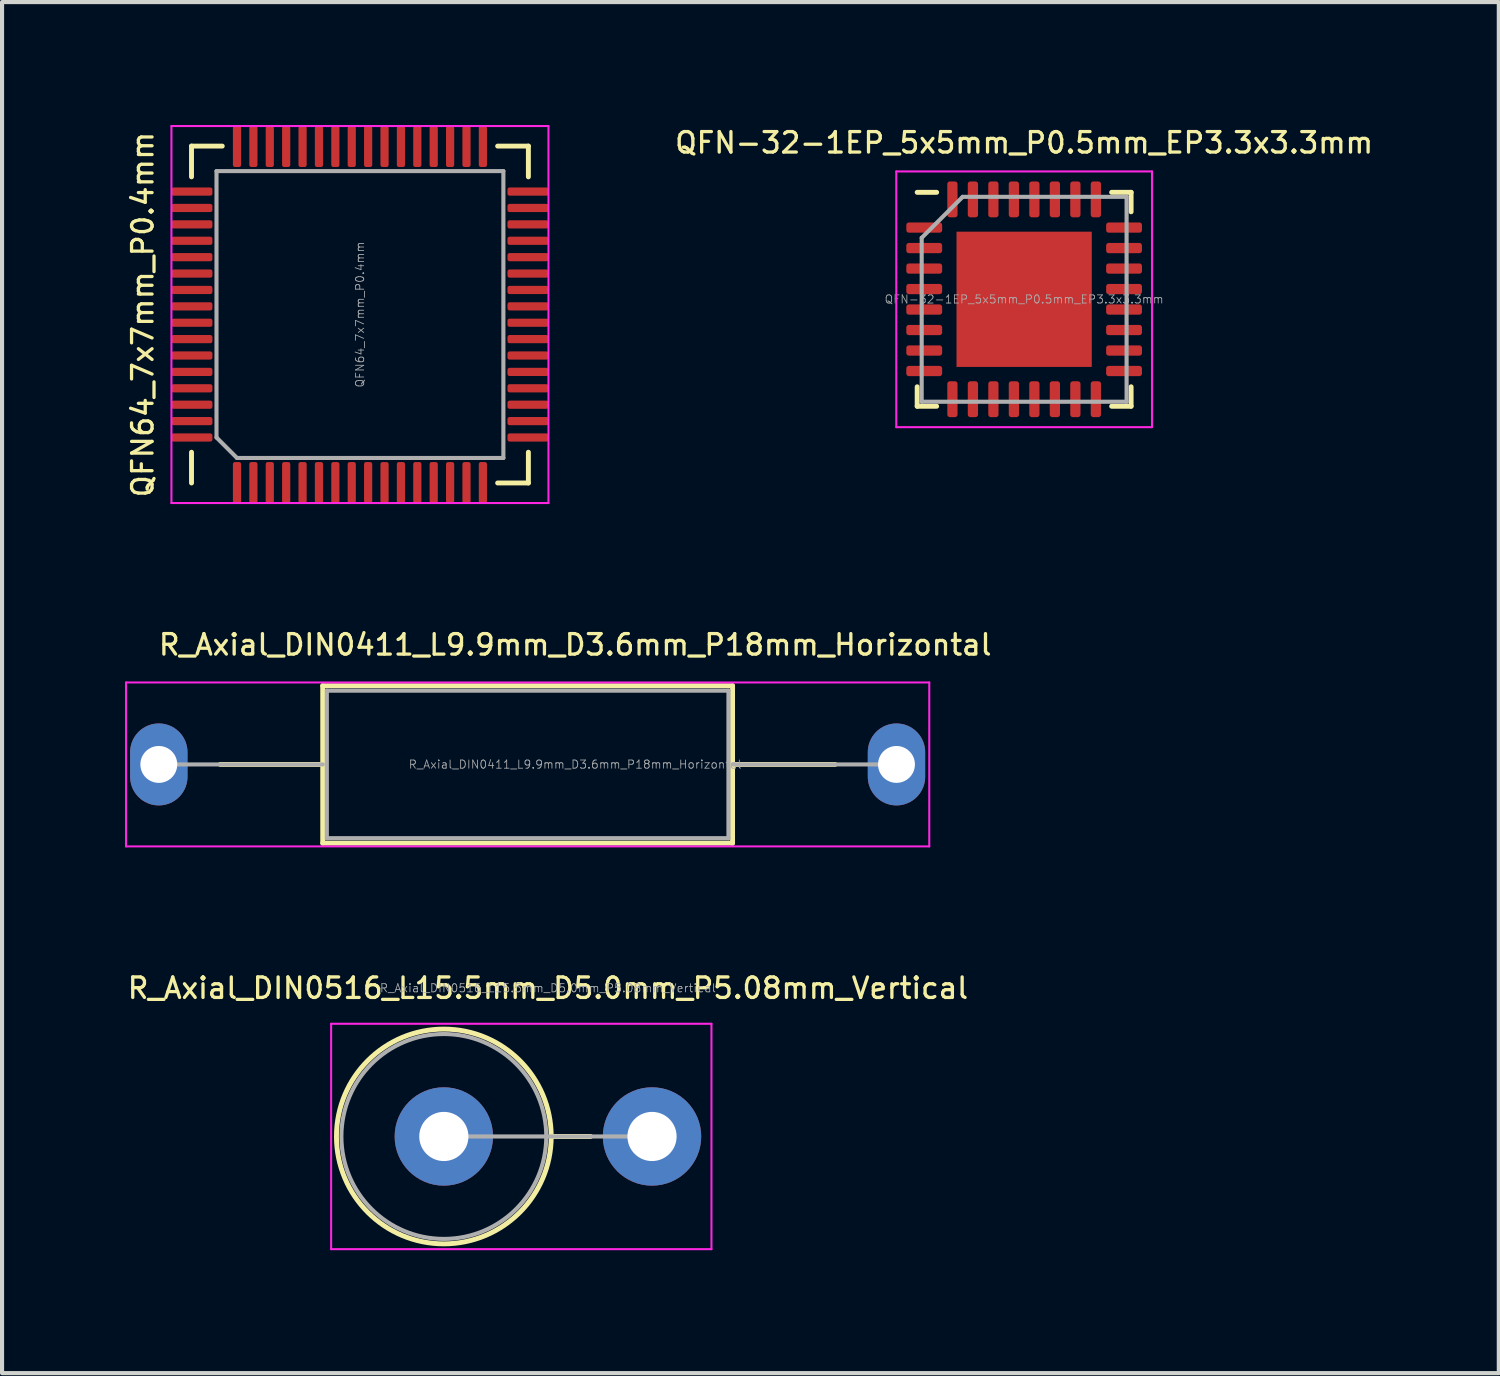
<source format=kicad_pcb>
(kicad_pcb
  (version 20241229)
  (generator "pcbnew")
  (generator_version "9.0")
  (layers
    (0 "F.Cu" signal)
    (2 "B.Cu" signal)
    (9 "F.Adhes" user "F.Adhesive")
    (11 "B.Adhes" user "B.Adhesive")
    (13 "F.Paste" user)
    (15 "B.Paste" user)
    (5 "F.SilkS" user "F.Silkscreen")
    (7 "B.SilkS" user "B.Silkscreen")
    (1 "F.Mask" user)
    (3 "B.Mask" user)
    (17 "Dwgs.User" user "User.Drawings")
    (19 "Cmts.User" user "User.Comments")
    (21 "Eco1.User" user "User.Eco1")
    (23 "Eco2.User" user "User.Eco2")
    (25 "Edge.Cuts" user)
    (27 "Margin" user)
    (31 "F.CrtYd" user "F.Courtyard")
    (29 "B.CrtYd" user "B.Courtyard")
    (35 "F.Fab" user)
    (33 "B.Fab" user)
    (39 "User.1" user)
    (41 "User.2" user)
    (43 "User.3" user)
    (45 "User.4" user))
  (footprint "QFN-32-1EP_5x5mm_P0.5mm_EP3.3x3.3mm"
    (layer "F.Cu")
    (at 21.94 4.253)
    (property "Reference" "QFN-32-1EP_5x5mm_P0.5mm_EP3.3x3.3mm" (at 0 -3.82 0) (layer "F.SilkS") (effects (font (size 0.5 0.5) (thickness 0.08))))
    (attr smd)
    (fp_line (start -2.61 2.61) (end -2.61 2.135) (stroke (width 0.12) (type solid)) (layer "F.SilkS"))
    (fp_line (start -2.135 -2.61) (end -2.61 -2.61) (stroke (width 0.12) (type solid)) (layer "F.SilkS"))
    (fp_line (start -2.135 2.61) (end -2.61 2.61) (stroke (width 0.12) (type solid)) (layer "F.SilkS"))
    (fp_line (start 2.135 -2.61) (end 2.61 -2.61) (stroke (width 0.12) (type solid)) (layer "F.SilkS"))
    (fp_line (start 2.135 2.61) (end 2.61 2.61) (stroke (width 0.12) (type solid)) (layer "F.SilkS"))
    (fp_line (start 2.61 -2.61) (end 2.61 -2.135) (stroke (width 0.12) (type solid)) (layer "F.SilkS"))
    (fp_line (start 2.61 2.61) (end 2.61 2.135) (stroke (width 0.12) (type solid)) (layer "F.SilkS"))
    (fp_line (start -3.12 -3.12) (end -3.12 3.12) (stroke (width 0.05) (type solid)) (layer "F.CrtYd"))
    (fp_line (start -3.12 3.12) (end 3.12 3.12) (stroke (width 0.05) (type solid)) (layer "F.CrtYd"))
    (fp_line (start 3.12 -3.12) (end -3.12 -3.12) (stroke (width 0.05) (type solid)) (layer "F.CrtYd"))
    (fp_line (start 3.12 3.12) (end 3.12 -3.12) (stroke (width 0.05) (type solid)) (layer "F.CrtYd"))
    (fp_line (start -2.5 -1.5) (end -1.5 -2.5) (stroke (width 0.1) (type solid)) (layer "F.Fab"))
    (fp_line (start -2.5 2.5) (end -2.5 -1.5) (stroke (width 0.1) (type solid)) (layer "F.Fab"))
    (fp_line (start -1.5 -2.5) (end 2.5 -2.5) (stroke (width 0.1) (type solid)) (layer "F.Fab"))
    (fp_line (start 2.5 -2.5) (end 2.5 2.5) (stroke (width 0.1) (type solid)) (layer "F.Fab"))
    (fp_line (start 2.5 2.5) (end -2.5 2.5) (stroke (width 0.1) (type solid)) (layer "F.Fab"))
    (fp_text user "${REFERENCE}" (at 0 0 0) (layer "F.Fab") (effects (font (size 0.2 0.2) (thickness 0.02))))
    (pad "" smd roundrect (at -1.1 -1.1) (size 0.89 0.89) (layers "F.Paste") (roundrect_rratio 0.25))
    (pad "" smd roundrect (at -1.1 0) (size 0.89 0.89) (layers "F.Paste") (roundrect_rratio 0.25))
    (pad "" smd roundrect (at -1.1 1.1) (size 0.89 0.89) (layers "F.Paste") (roundrect_rratio 0.25))
    (pad "" smd roundrect (at 0 -1.1) (size 0.89 0.89) (layers "F.Paste") (roundrect_rratio 0.25))
    (pad "" smd roundrect (at 0 0) (size 0.89 0.89) (layers "F.Paste") (roundrect_rratio 0.25))
    (pad "" smd roundrect (at 0 1.1) (size 0.89 0.89) (layers "F.Paste") (roundrect_rratio 0.25))
    (pad "" smd roundrect (at 1.1 -1.1) (size 0.89 0.89) (layers "F.Paste") (roundrect_rratio 0.25))
    (pad "" smd roundrect (at 1.1 0) (size 0.89 0.89) (layers "F.Paste") (roundrect_rratio 0.25))
    (pad "" smd roundrect (at 1.1 1.1) (size 0.89 0.89) (layers "F.Paste") (roundrect_rratio 0.25))
    (pad "1" smd roundrect (at -2.438 -1.75) (size 0.875 0.25) (layers "F.Cu" "F.Mask" "F.Paste") (roundrect_rratio 0.25))
    (pad "2" smd roundrect (at -2.438 -1.25) (size 0.875 0.25) (layers "F.Cu" "F.Mask" "F.Paste") (roundrect_rratio 0.25))
    (pad "3" smd roundrect (at -2.438 -0.75) (size 0.875 0.25) (layers "F.Cu" "F.Mask" "F.Paste") (roundrect_rratio 0.25))
    (pad "4" smd roundrect (at -2.438 -0.25) (size 0.875 0.25) (layers "F.Cu" "F.Mask" "F.Paste") (roundrect_rratio 0.25))
    (pad "5" smd roundrect (at -2.438 0.25) (size 0.875 0.25) (layers "F.Cu" "F.Mask" "F.Paste") (roundrect_rratio 0.25))
    (pad "6" smd roundrect (at -2.438 0.75) (size 0.875 0.25) (layers "F.Cu" "F.Mask" "F.Paste") (roundrect_rratio 0.25))
    (pad "7" smd roundrect (at -2.438 1.25) (size 0.875 0.25) (layers "F.Cu" "F.Mask" "F.Paste") (roundrect_rratio 0.25))
    (pad "8" smd roundrect (at -2.438 1.75) (size 0.875 0.25) (layers "F.Cu" "F.Mask" "F.Paste") (roundrect_rratio 0.25))
    (pad "9" smd roundrect (at -1.75 2.438) (size 0.25 0.875) (layers "F.Cu" "F.Mask" "F.Paste") (roundrect_rratio 0.25))
    (pad "10" smd roundrect (at -1.25 2.438) (size 0.25 0.875) (layers "F.Cu" "F.Mask" "F.Paste") (roundrect_rratio 0.25))
    (pad "11" smd roundrect (at -0.75 2.438) (size 0.25 0.875) (layers "F.Cu" "F.Mask" "F.Paste") (roundrect_rratio 0.25))
    (pad "12" smd roundrect (at -0.25 2.438) (size 0.25 0.875) (layers "F.Cu" "F.Mask" "F.Paste") (roundrect_rratio 0.25))
    (pad "13" smd roundrect (at 0.25 2.438) (size 0.25 0.875) (layers "F.Cu" "F.Mask" "F.Paste") (roundrect_rratio 0.25))
    (pad "14" smd roundrect (at 0.75 2.438) (size 0.25 0.875) (layers "F.Cu" "F.Mask" "F.Paste") (roundrect_rratio 0.25))
    (pad "15" smd roundrect (at 1.25 2.438) (size 0.25 0.875) (layers "F.Cu" "F.Mask" "F.Paste") (roundrect_rratio 0.25))
    (pad "16" smd roundrect (at 1.75 2.438) (size 0.25 0.875) (layers "F.Cu" "F.Mask" "F.Paste") (roundrect_rratio 0.25))
    (pad "17" smd roundrect (at 2.438 1.75) (size 0.875 0.25) (layers "F.Cu" "F.Mask" "F.Paste") (roundrect_rratio 0.25))
    (pad "18" smd roundrect (at 2.438 1.25) (size 0.875 0.25) (layers "F.Cu" "F.Mask" "F.Paste") (roundrect_rratio 0.25))
    (pad "19" smd roundrect (at 2.438 0.75) (size 0.875 0.25) (layers "F.Cu" "F.Mask" "F.Paste") (roundrect_rratio 0.25))
    (pad "20" smd roundrect (at 2.438 0.25) (size 0.875 0.25) (layers "F.Cu" "F.Mask" "F.Paste") (roundrect_rratio 0.25))
    (pad "21" smd roundrect (at 2.438 -0.25) (size 0.875 0.25) (layers "F.Cu" "F.Mask" "F.Paste") (roundrect_rratio 0.25))
    (pad "22" smd roundrect (at 2.438 -0.75) (size 0.875 0.25) (layers "F.Cu" "F.Mask" "F.Paste") (roundrect_rratio 0.25))
    (pad "23" smd roundrect (at 2.438 -1.25) (size 0.875 0.25) (layers "F.Cu" "F.Mask" "F.Paste") (roundrect_rratio 0.25))
    (pad "24" smd roundrect (at 2.438 -1.75) (size 0.875 0.25) (layers "F.Cu" "F.Mask" "F.Paste") (roundrect_rratio 0.25))
    (pad "25" smd roundrect (at 1.75 -2.438) (size 0.25 0.875) (layers "F.Cu" "F.Mask" "F.Paste") (roundrect_rratio 0.25))
    (pad "26" smd roundrect (at 1.25 -2.438) (size 0.25 0.875) (layers "F.Cu" "F.Mask" "F.Paste") (roundrect_rratio 0.25))
    (pad "27" smd roundrect (at 0.75 -2.438) (size 0.25 0.875) (layers "F.Cu" "F.Mask" "F.Paste") (roundrect_rratio 0.25))
    (pad "28" smd roundrect (at 0.25 -2.438) (size 0.25 0.875) (layers "F.Cu" "F.Mask" "F.Paste") (roundrect_rratio 0.25))
    (pad "29" smd roundrect (at -0.25 -2.438) (size 0.25 0.875) (layers "F.Cu" "F.Mask" "F.Paste") (roundrect_rratio 0.25))
    (pad "30" smd roundrect (at -0.75 -2.438) (size 0.25 0.875) (layers "F.Cu" "F.Mask" "F.Paste") (roundrect_rratio 0.25))
    (pad "31" smd roundrect (at -1.25 -2.438) (size 0.25 0.875) (layers "F.Cu" "F.Mask" "F.Paste") (roundrect_rratio 0.25))
    (pad "32" smd roundrect (at -1.75 -2.438) (size 0.25 0.875) (layers "F.Cu" "F.Mask" "F.Paste") (roundrect_rratio 0.25))
    (pad "33" smd rect (at 0 0) (size 3.3 3.3) (layers "F.Cu" "F.Mask")))
  (footprint "R_Axial_DIN0516_L15.5mm_D5.0mm_P5.08mm_Vertical"
    (layer "F.Cu")
    (at 7.78 24.681)
    (property "Reference" "R_Axial_DIN0516_L15.5mm_D5.0mm_P5.08mm_Vertical" (at 2.54 -3.62 0) (layer "F.SilkS") (effects (font (size 0.5 0.5) (thickness 0.08))))
    (attr through_hole)
    (fp_line (start 2.62 0) (end 3.58 0) (stroke (width 0.12) (type solid)) (layer "F.SilkS"))
    (fp_circle (center 0 0) (end 2.62 0) (stroke (width 0.12) (type solid)) (fill no) (layer "F.SilkS"))
    (fp_line (start -2.75 -2.75) (end -2.75 2.75) (stroke (width 0.05) (type solid)) (layer "F.CrtYd"))
    (fp_line (start -2.75 2.75) (end 6.53 2.75) (stroke (width 0.05) (type solid)) (layer "F.CrtYd"))
    (fp_line (start 6.53 -2.75) (end -2.75 -2.75) (stroke (width 0.05) (type solid)) (layer "F.CrtYd"))
    (fp_line (start 6.53 2.75) (end 6.53 -2.75) (stroke (width 0.05) (type solid)) (layer "F.CrtYd"))
    (fp_line (start 0 0) (end 5.08 0) (stroke (width 0.1) (type solid)) (layer "F.Fab"))
    (fp_circle (center 0 0) (end 2.5 0) (stroke (width 0.1) (type solid)) (fill no) (layer "F.Fab"))
    (fp_text user "${REFERENCE}" (at 2.54 -3.62 0) (layer "F.Fab") (effects (font (size 0.2 0.2) (thickness 0.02))))
    (pad "1" thru_hole circle (at 0 0) (size 2.4 2.4) (drill 1.2) (layers "*.Cu" "*.Mask"))
    (pad "2" thru_hole oval (at 5.08 0) (size 2.4 2.4) (drill 1.2) (layers "*.Cu" "*.Mask")))
  (footprint "R_Axial_DIN0411_L9.9mm_D3.6mm_P18mm_Horizontal"
    (layer "F.Cu")
    (at 0.825 15.603)
    (property "Reference" "R_Axial_DIN0411_L9.9mm_D3.6mm_P18mm_Horizontal" (at 10.16 -2.92 0) (layer "F.SilkS") (effects (font (size 0.5 0.5) (thickness 0.08))))
    (attr through_hole)
    (fp_line (start 1.5 0) (end 4 0) (stroke (width 0.12) (type solid)) (layer "F.SilkS"))
    (fp_line (start 4 -1.92) (end 4 1.92) (stroke (width 0.12) (type solid)) (layer "F.SilkS"))
    (fp_line (start 4 1.92) (end 14 1.92) (stroke (width 0.12) (type solid)) (layer "F.SilkS"))
    (fp_line (start 14 -1.92) (end 4 -1.92) (stroke (width 0.12) (type solid)) (layer "F.SilkS"))
    (fp_line (start 14 1.92) (end 14 -1.92) (stroke (width 0.12) (type solid)) (layer "F.SilkS"))
    (fp_line (start 16.5 0) (end 14 0) (stroke (width 0.12) (type solid)) (layer "F.SilkS"))
    (fp_line (start -0.8 -2) (end -0.8 2) (stroke (width 0.05) (type solid)) (layer "F.CrtYd"))
    (fp_line (start -0.8 2) (end 18.8 2) (stroke (width 0.05) (type solid)) (layer "F.CrtYd"))
    (fp_line (start 18.8 -2) (end -0.8 -2) (stroke (width 0.05) (type solid)) (layer "F.CrtYd"))
    (fp_line (start 18.8 2) (end 18.8 -2) (stroke (width 0.05) (type solid)) (layer "F.CrtYd"))
    (fp_line (start 0 0) (end 4 0) (stroke (width 0.1) (type solid)) (layer "F.Fab"))
    (fp_line (start 4.1 -1.8) (end 4.1 1.8) (stroke (width 0.1) (type solid)) (layer "F.Fab"))
    (fp_line (start 4.1 1.8) (end 13.9 1.8) (stroke (width 0.1) (type solid)) (layer "F.Fab"))
    (fp_line (start 13.9 -1.8) (end 4.1 -1.8) (stroke (width 0.1) (type solid)) (layer "F.Fab"))
    (fp_line (start 13.9 1.8) (end 13.9 -1.8) (stroke (width 0.1) (type solid)) (layer "F.Fab"))
    (fp_line (start 18 0) (end 14 0) (stroke (width 0.1) (type solid)) (layer "F.Fab"))
    (fp_text user "${REFERENCE}" (at 10.16 0 0) (layer "F.Fab") (effects (font (size 0.2 0.2) (thickness 0.02))))
    (pad "1" thru_hole oval (at 0 0) (size 1.4 2) (drill 0.9) (layers "*.Cu" "*.Mask"))
    (pad "2" thru_hole oval (at 18 0) (size 1.4 2) (drill 0.9) (layers "*.Cu" "*.Mask")))
  (footprint "QFN64_7x7mm_P0.4mm"
    (layer "F.Cu")
    (at 5.733 4.625)
    (property "Reference" "QFN64_7x7mm_P0.4mm" (at -5.3 0 90) (layer "F.SilkS") (effects (font (size 0.5 0.5) (thickness 0.08))))
    (attr smd)
    (fp_line (start -4.11 -4.11) (end -3.36 -4.11) (stroke (width 0.12) (type solid)) (layer "F.SilkS"))
    (fp_line (start -4.11 -3.36) (end -4.11 -4.11) (stroke (width 0.12) (type solid)) (layer "F.SilkS"))
    (fp_line (start -4.11 3.36) (end -4.11 4.11) (stroke (width 0.12) (type solid)) (layer "F.SilkS"))
    (fp_line (start 4.11 -4.11) (end 3.36 -4.11) (stroke (width 0.12) (type solid)) (layer "F.SilkS"))
    (fp_line (start 4.11 -3.36) (end 4.11 -4.11) (stroke (width 0.12) (type solid)) (layer "F.SilkS"))
    (fp_line (start 4.11 3.36) (end 4.11 4.11) (stroke (width 0.12) (type solid)) (layer "F.SilkS"))
    (fp_line (start 4.11 4.11) (end 3.36 4.11) (stroke (width 0.12) (type solid)) (layer "F.SilkS"))
    (fp_line (start -4.6 -4.6) (end -4.6 4.6) (stroke (width 0.05) (type solid)) (layer "F.CrtYd"))
    (fp_line (start -4.6 4.6) (end 4.6 4.6) (stroke (width 0.05) (type solid)) (layer "F.CrtYd"))
    (fp_line (start 4.6 -4.6) (end -4.6 -4.6) (stroke (width 0.05) (type solid)) (layer "F.CrtYd"))
    (fp_line (start 4.6 4.6) (end 4.6 -4.6) (stroke (width 0.05) (type solid)) (layer "F.CrtYd"))
    (fp_line (start -3.5 -3.5) (end 3.5 -3.5) (stroke (width 0.1) (type solid)) (layer "F.Fab"))
    (fp_line (start -3.5 3) (end -3.5 -3.5) (stroke (width 0.1) (type solid)) (layer "F.Fab"))
    (fp_line (start -3 3.5) (end -3.5 3) (stroke (width 0.1) (type solid)) (layer "F.Fab"))
    (fp_line (start 3.5 -3.5) (end 3.5 3.5) (stroke (width 0.1) (type solid)) (layer "F.Fab"))
    (fp_line (start 3.5 3.5) (end -3 3.5) (stroke (width 0.1) (type solid)) (layer "F.Fab"))
    (fp_text user "${REFERENCE}" (at 0 0 90) (layer "F.Fab") (effects (font (size 0.2 0.2) (thickness 0.02))))
    (pad "1" smd roundrect (at -3 4.1 90) (size 1 0.2) (layers "F.Cu" "F.Mask" "F.Paste") (roundrect_rratio 0.25))
    (pad "2" smd roundrect (at -2.6 4.1 90) (size 1 0.2) (layers "F.Cu" "F.Mask" "F.Paste") (roundrect_rratio 0.25))
    (pad "3" smd roundrect (at -2.2 4.1 90) (size 1 0.2) (layers "F.Cu" "F.Mask" "F.Paste") (roundrect_rratio 0.25))
    (pad "4" smd roundrect (at -1.8 4.1 90) (size 1 0.2) (layers "F.Cu" "F.Mask" "F.Paste") (roundrect_rratio 0.25))
    (pad "5" smd roundrect (at -1.4 4.1 90) (size 1 0.2) (layers "F.Cu" "F.Mask" "F.Paste") (roundrect_rratio 0.25))
    (pad "6" smd roundrect (at -1 4.1 90) (size 1 0.2) (layers "F.Cu" "F.Mask" "F.Paste") (roundrect_rratio 0.25))
    (pad "7" smd roundrect (at -0.6 4.1 90) (size 1 0.2) (layers "F.Cu" "F.Mask" "F.Paste") (roundrect_rratio 0.25))
    (pad "8" smd roundrect (at -0.2 4.1 90) (size 1 0.2) (layers "F.Cu" "F.Mask" "F.Paste") (roundrect_rratio 0.25))
    (pad "9" smd roundrect (at 0.2 4.1 90) (size 1 0.2) (layers "F.Cu" "F.Mask" "F.Paste") (roundrect_rratio 0.25))
    (pad "10" smd roundrect (at 0.6 4.1 90) (size 1 0.2) (layers "F.Cu" "F.Mask" "F.Paste") (roundrect_rratio 0.25))
    (pad "11" smd roundrect (at 1 4.1 90) (size 1 0.2) (layers "F.Cu" "F.Mask" "F.Paste") (roundrect_rratio 0.25))
    (pad "12" smd roundrect (at 1.4 4.1 90) (size 1 0.2) (layers "F.Cu" "F.Mask" "F.Paste") (roundrect_rratio 0.25))
    (pad "13" smd roundrect (at 1.8 4.1 90) (size 1 0.2) (layers "F.Cu" "F.Mask" "F.Paste") (roundrect_rratio 0.25))
    (pad "14" smd roundrect (at 2.2 4.1 90) (size 1 0.2) (layers "F.Cu" "F.Mask" "F.Paste") (roundrect_rratio 0.25))
    (pad "15" smd roundrect (at 2.6 4.1 90) (size 1 0.2) (layers "F.Cu" "F.Mask" "F.Paste") (roundrect_rratio 0.25))
    (pad "16" smd roundrect (at 3 4.1 90) (size 1 0.2) (layers "F.Cu" "F.Mask" "F.Paste") (roundrect_rratio 0.25))
    (pad "17" smd roundrect (at 4.1 3 90) (size 0.2 1) (layers "F.Cu" "F.Mask" "F.Paste") (roundrect_rratio 0.25))
    (pad "18" smd roundrect (at 4.1 2.6 90) (size 0.2 1) (layers "F.Cu" "F.Mask" "F.Paste") (roundrect_rratio 0.25))
    (pad "19" smd roundrect (at 4.1 2.2 90) (size 0.2 1) (layers "F.Cu" "F.Mask" "F.Paste") (roundrect_rratio 0.25))
    (pad "20" smd roundrect (at 4.1 1.8 90) (size 0.2 1) (layers "F.Cu" "F.Mask" "F.Paste") (roundrect_rratio 0.25))
    (pad "21" smd roundrect (at 4.1 1.4 90) (size 0.2 1) (layers "F.Cu" "F.Mask" "F.Paste") (roundrect_rratio 0.25))
    (pad "22" smd roundrect (at 4.1 1 90) (size 0.2 1) (layers "F.Cu" "F.Mask" "F.Paste") (roundrect_rratio 0.25))
    (pad "23" smd roundrect (at 4.1 0.6 90) (size 0.2 1) (layers "F.Cu" "F.Mask" "F.Paste") (roundrect_rratio 0.25))
    (pad "24" smd roundrect (at 4.1 0.2 90) (size 0.2 1) (layers "F.Cu" "F.Mask" "F.Paste") (roundrect_rratio 0.25))
    (pad "25" smd roundrect (at 4.1 -0.2 90) (size 0.2 1) (layers "F.Cu" "F.Mask" "F.Paste") (roundrect_rratio 0.25))
    (pad "26" smd roundrect (at 4.1 -0.6 90) (size 0.2 1) (layers "F.Cu" "F.Mask" "F.Paste") (roundrect_rratio 0.25))
    (pad "27" smd roundrect (at 4.1 -1 90) (size 0.2 1) (layers "F.Cu" "F.Mask" "F.Paste") (roundrect_rratio 0.25))
    (pad "28" smd roundrect (at 4.1 -1.4 90) (size 0.2 1) (layers "F.Cu" "F.Mask" "F.Paste") (roundrect_rratio 0.25))
    (pad "29" smd roundrect (at 4.1 -1.8 90) (size 0.2 1) (layers "F.Cu" "F.Mask" "F.Paste") (roundrect_rratio 0.25))
    (pad "30" smd roundrect (at 4.1 -2.2 90) (size 0.2 1) (layers "F.Cu" "F.Mask" "F.Paste") (roundrect_rratio 0.25))
    (pad "31" smd roundrect (at 4.1 -2.6 90) (size 0.2 1) (layers "F.Cu" "F.Mask" "F.Paste") (roundrect_rratio 0.25))
    (pad "32" smd roundrect (at 4.1 -3 90) (size 0.2 1) (layers "F.Cu" "F.Mask" "F.Paste") (roundrect_rratio 0.25))
    (pad "33" smd roundrect (at 3 -4.1 90) (size 1 0.2) (layers "F.Cu" "F.Mask" "F.Paste") (roundrect_rratio 0.25))
    (pad "34" smd roundrect (at 2.6 -4.1 90) (size 1 0.2) (layers "F.Cu" "F.Mask" "F.Paste") (roundrect_rratio 0.25))
    (pad "35" smd roundrect (at 2.2 -4.1 90) (size 1 0.2) (layers "F.Cu" "F.Mask" "F.Paste") (roundrect_rratio 0.25))
    (pad "36" smd roundrect (at 1.8 -4.1 90) (size 1 0.2) (layers "F.Cu" "F.Mask" "F.Paste") (roundrect_rratio 0.25))
    (pad "37" smd roundrect (at 1.4 -4.1 90) (size 1 0.2) (layers "F.Cu" "F.Mask" "F.Paste") (roundrect_rratio 0.25))
    (pad "38" smd roundrect (at 1 -4.1 90) (size 1 0.2) (layers "F.Cu" "F.Mask" "F.Paste") (roundrect_rratio 0.25))
    (pad "39" smd roundrect (at 0.6 -4.1 90) (size 1 0.2) (layers "F.Cu" "F.Mask" "F.Paste") (roundrect_rratio 0.25))
    (pad "40" smd roundrect (at 0.2 -4.1 90) (size 1 0.2) (layers "F.Cu" "F.Mask" "F.Paste") (roundrect_rratio 0.25))
    (pad "41" smd roundrect (at -0.2 -4.1 90) (size 1 0.2) (layers "F.Cu" "F.Mask" "F.Paste") (roundrect_rratio 0.25))
    (pad "42" smd roundrect (at -0.6 -4.1 90) (size 1 0.2) (layers "F.Cu" "F.Mask" "F.Paste") (roundrect_rratio 0.25))
    (pad "43" smd roundrect (at -1 -4.1 90) (size 1 0.2) (layers "F.Cu" "F.Mask" "F.Paste") (roundrect_rratio 0.25))
    (pad "44" smd roundrect (at -1.4 -4.1 90) (size 1 0.2) (layers "F.Cu" "F.Mask" "F.Paste") (roundrect_rratio 0.25))
    (pad "45" smd roundrect (at -1.8 -4.1 90) (size 1 0.2) (layers "F.Cu" "F.Mask" "F.Paste") (roundrect_rratio 0.25))
    (pad "46" smd roundrect (at -2.2 -4.1 90) (size 1 0.2) (layers "F.Cu" "F.Mask" "F.Paste") (roundrect_rratio 0.25))
    (pad "47" smd roundrect (at -2.6 -4.1 90) (size 1 0.2) (layers "F.Cu" "F.Mask" "F.Paste") (roundrect_rratio 0.25))
    (pad "48" smd roundrect (at -3 -4.1 90) (size 1 0.2) (layers "F.Cu" "F.Mask" "F.Paste") (roundrect_rratio 0.25))
    (pad "49" smd roundrect (at -4.1 -3 90) (size 0.2 1) (layers "F.Cu" "F.Mask" "F.Paste") (roundrect_rratio 0.25))
    (pad "50" smd roundrect (at -4.1 -2.6 90) (size 0.2 1) (layers "F.Cu" "F.Mask" "F.Paste") (roundrect_rratio 0.25))
    (pad "51" smd roundrect (at -4.1 -2.2 90) (size 0.2 1) (layers "F.Cu" "F.Mask" "F.Paste") (roundrect_rratio 0.25))
    (pad "52" smd roundrect (at -4.1 -1.8 90) (size 0.2 1) (layers "F.Cu" "F.Mask" "F.Paste") (roundrect_rratio 0.25))
    (pad "53" smd roundrect (at -4.1 -1.4 90) (size 0.2 1) (layers "F.Cu" "F.Mask" "F.Paste") (roundrect_rratio 0.25))
    (pad "54" smd roundrect (at -4.1 -1 90) (size 0.2 1) (layers "F.Cu" "F.Mask" "F.Paste") (roundrect_rratio 0.25))
    (pad "55" smd roundrect (at -4.1 -0.6 90) (size 0.2 1) (layers "F.Cu" "F.Mask" "F.Paste") (roundrect_rratio 0.25))
    (pad "56" smd roundrect (at -4.1 -0.2 90) (size 0.2 1) (layers "F.Cu" "F.Mask" "F.Paste") (roundrect_rratio 0.25))
    (pad "57" smd roundrect (at -4.1 0.2 90) (size 0.2 1) (layers "F.Cu" "F.Mask" "F.Paste") (roundrect_rratio 0.25))
    (pad "58" smd roundrect (at -4.1 0.6 90) (size 0.2 1) (layers "F.Cu" "F.Mask" "F.Paste") (roundrect_rratio 0.25))
    (pad "59" smd roundrect (at -4.1 1 90) (size 0.2 1) (layers "F.Cu" "F.Mask" "F.Paste") (roundrect_rratio 0.25))
    (pad "60" smd roundrect (at -4.1 1.4 90) (size 0.2 1) (layers "F.Cu" "F.Mask" "F.Paste") (roundrect_rratio 0.25))
    (pad "61" smd roundrect (at -4.1 1.8 90) (size 0.2 1) (layers "F.Cu" "F.Mask" "F.Paste") (roundrect_rratio 0.25))
    (pad "62" smd roundrect (at -4.1 2.2 90) (size 0.2 1) (layers "F.Cu" "F.Mask" "F.Paste") (roundrect_rratio 0.25))
    (pad "63" smd roundrect (at -4.1 2.6 90) (size 0.2 1) (layers "F.Cu" "F.Mask" "F.Paste") (roundrect_rratio 0.25))
    (pad "64" smd roundrect (at -4.1 3 90) (size 0.2 1) (layers "F.Cu" "F.Mask" "F.Paste") (roundrect_rratio 0.25)))
  (gr_rect
    (start -3 -3)
    (end 33.522 30.456)
    (stroke (width 0.1) (type default))
    (fill no)
    (layer "Edge.Cuts")))
</source>
